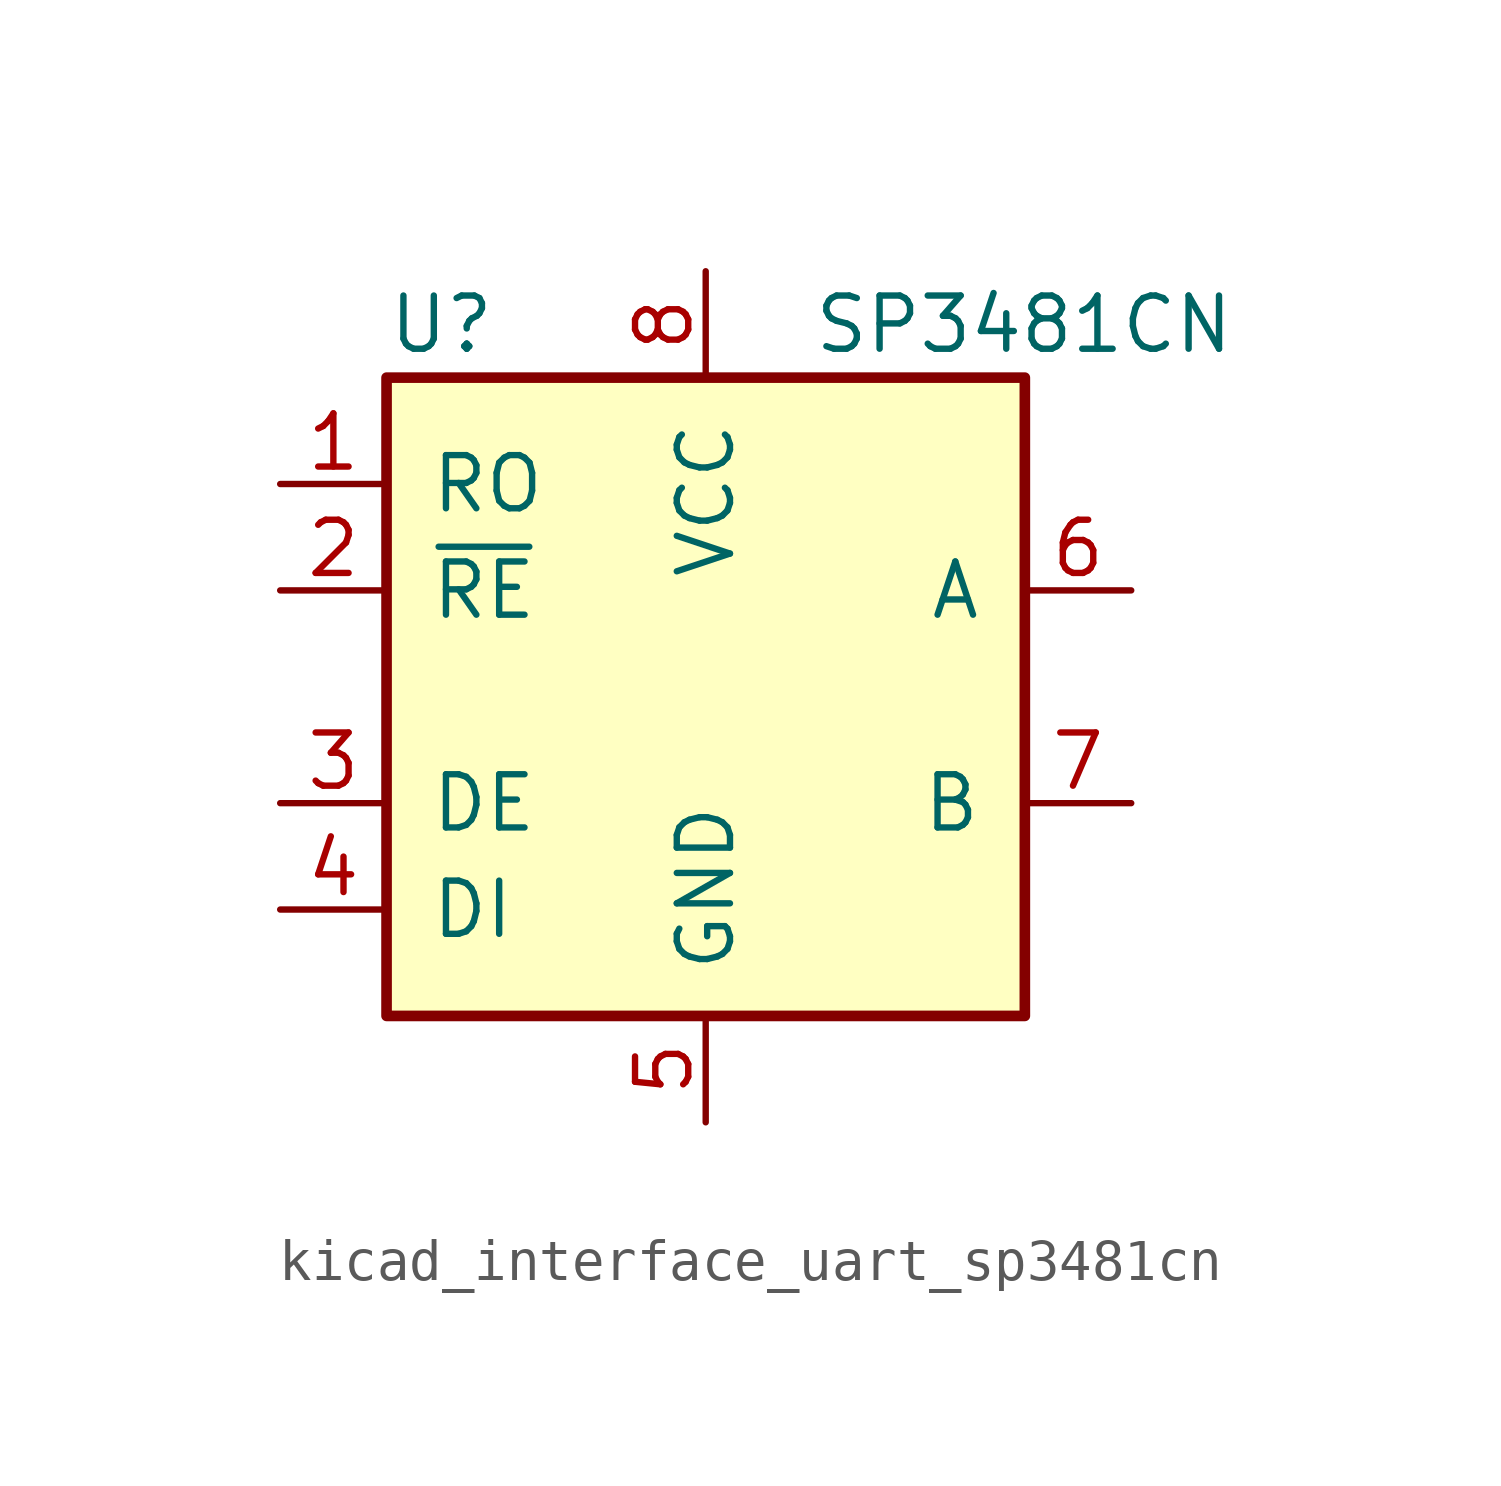
<source format=kicad_sym>
(kicad_symbol_lib
  (version 20220914)
  (generator kicad_symbol_editor)
  (symbol "kicad_interface_uart_sp3481cn"
    (pin_names
      (offset 1.016))
    (property "Reference" "U"
      (at -7.62 8.89 0)
      (effects (font (size 1.27 1.27)) (justify left)))
    (property "Value" "SP3481CN"
      (at 2.54 8.89 0)
      (effects (font (size 1.27 1.27)) (justify left)))
    (symbol "kicad_interface_uart_sp3481cn_0_1"
      (rectangle (start -7.62 7.62) (end 7.62 -7.62) (stroke (width 0.254) (type default)) (fill (type background))))
    (symbol "kicad_interface_uart_sp3481cn_1_1"
      (pin output line (at -10.16 5.08 0) (length 2.54) (name "RO" (effects (font (size 1.27 1.27)))) (number "1" (effects (font (size 1.27 1.27)))))
      (pin input line (at -10.16 2.54 0) (length 2.54) (name "~{RE}" (effects (font (size 1.27 1.27)))) (number "2" (effects (font (size 1.27 1.27)))))
      (pin input line (at -10.16 -2.54 0) (length 2.54) (name "DE" (effects (font (size 1.27 1.27)))) (number "3" (effects (font (size 1.27 1.27)))))
      (pin input line (at -10.16 -5.08 0) (length 2.54) (name "DI" (effects (font (size 1.27 1.27)))) (number "4" (effects (font (size 1.27 1.27)))))
      (pin power_in line (at 0 -10.16 90) (length 2.54) (name "GND" (effects (font (size 1.27 1.27)))) (number "5" (effects (font (size 1.27 1.27)))))
      (pin bidirectional line (at 10.16 2.54 180) (length 2.54) (name "A" (effects (font (size 1.27 1.27)))) (number "6" (effects (font (size 1.27 1.27)))))
      (pin bidirectional line (at 10.16 -2.54 180) (length 2.54) (name "B" (effects (font (size 1.27 1.27)))) (number "7" (effects (font (size 1.27 1.27)))))
      (pin power_in line (at 0 10.16 270) (length 2.54) (name "VCC" (effects (font (size 1.27 1.27)))) (number "8" (effects (font (size 1.27 1.27))))))))
</source>
